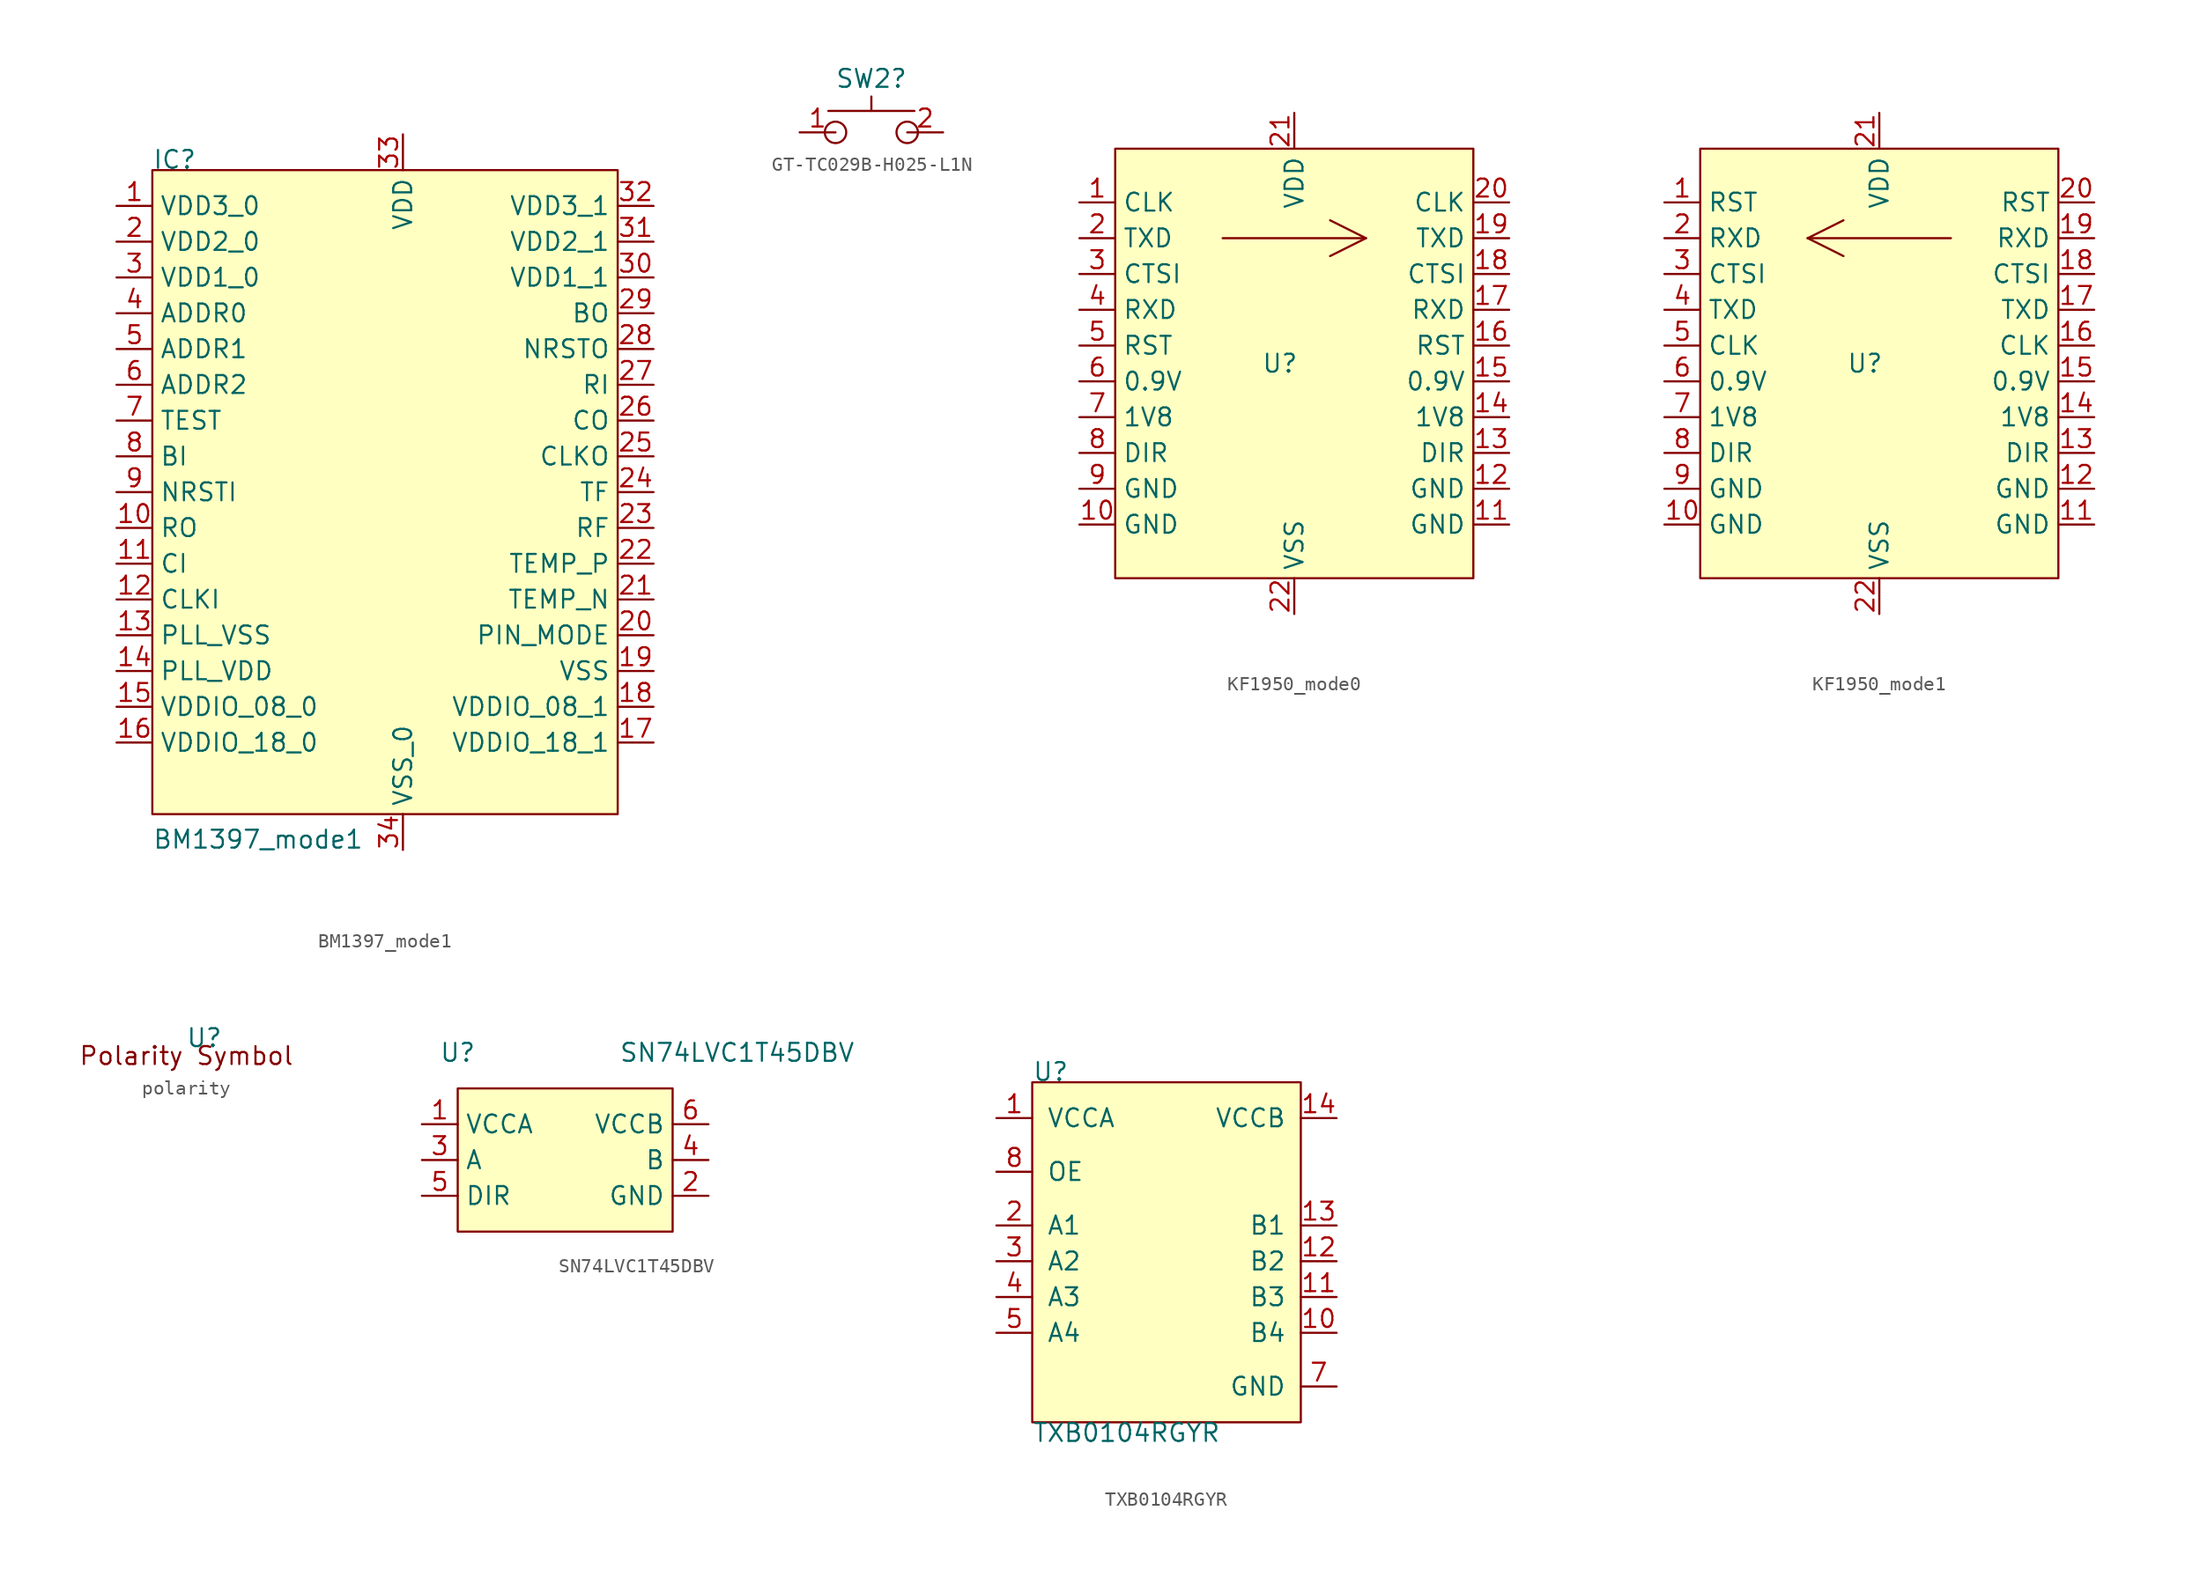
<source format=kicad_sym>
(kicad_symbol_lib
  (version 20241209)
  (generator "kicad_symbol_editor")
  (generator_version "9.0")
  (symbol "BM1397_mode1"
    (property "Reference" "IC"
      (at -17.78 17.78 0)
      (effects (font (size 1.27 1.27)) (justify left bottom)))
    (property "Value" "BM1397_mode1"
      (at -17.78 -30.48 0)
      (effects (font (size 1.27 1.27)) (justify left bottom)))
    (property "ki_locked" ""
      (at 0 0 0)
      (effects (font (size 1.27 1.27))))
    (symbol "BM1397_mode1_1_0"
      (pin bidirectional line (at -20.32 15.24 0) (length 2.54) (name "VDD3_0" (effects (font (size 1.27 1.27)))) (number "1" (effects (font (size 1.27 1.27)))))
      (pin bidirectional line (at -20.32 12.7 0) (length 2.54) (name "VDD2_0" (effects (font (size 1.27 1.27)))) (number "2" (effects (font (size 1.27 1.27)))))
      (pin bidirectional line (at -20.32 10.16 0) (length 2.54) (name "VDD1_0" (effects (font (size 1.27 1.27)))) (number "3" (effects (font (size 1.27 1.27)))))
      (pin bidirectional line (at -20.32 7.62 0) (length 2.54) (name "ADDR0" (effects (font (size 1.27 1.27)))) (number "4" (effects (font (size 1.27 1.27)))))
      (pin bidirectional line (at -20.32 5.08 0) (length 2.54) (name "ADDR1" (effects (font (size 1.27 1.27)))) (number "5" (effects (font (size 1.27 1.27)))))
      (pin bidirectional line (at -20.32 2.54 0) (length 2.54) (name "ADDR2" (effects (font (size 1.27 1.27)))) (number "6" (effects (font (size 1.27 1.27)))))
      (pin bidirectional line (at -20.32 0 0) (length 2.54) (name "TEST" (effects (font (size 1.27 1.27)))) (number "7" (effects (font (size 1.27 1.27)))))
      (pin bidirectional line (at -20.32 -2.54 0) (length 2.54) (name "BI" (effects (font (size 1.27 1.27)))) (number "8" (effects (font (size 1.27 1.27)))))
      (pin bidirectional line (at -20.32 -5.08 0) (length 2.54) (name "NRSTI" (effects (font (size 1.27 1.27)))) (number "9" (effects (font (size 1.27 1.27)))))
      (pin bidirectional line (at -20.32 -7.62 0) (length 2.54) (name "RO" (effects (font (size 1.27 1.27)))) (number "10" (effects (font (size 1.27 1.27)))))
      (pin bidirectional line (at -20.32 -10.16 0) (length 2.54) (name "CI" (effects (font (size 1.27 1.27)))) (number "11" (effects (font (size 1.27 1.27)))))
      (pin bidirectional line (at -20.32 -12.7 0) (length 2.54) (name "CLKI" (effects (font (size 1.27 1.27)))) (number "12" (effects (font (size 1.27 1.27)))))
      (pin bidirectional line (at -20.32 -15.24 0) (length 2.54) (name "PLL_VSS" (effects (font (size 1.27 1.27)))) (number "13" (effects (font (size 1.27 1.27)))))
      (pin bidirectional line (at -20.32 -17.78 0) (length 2.54) (name "PLL_VDD" (effects (font (size 1.27 1.27)))) (number "14" (effects (font (size 1.27 1.27)))))
      (pin bidirectional line (at -20.32 -20.32 0) (length 2.54) (name "VDDIO_08_0" (effects (font (size 1.27 1.27)))) (number "15" (effects (font (size 1.27 1.27)))))
      (pin bidirectional line (at -20.32 -22.86 0) (length 2.54) (name "VDDIO_18_0" (effects (font (size 1.27 1.27)))) (number "16" (effects (font (size 1.27 1.27)))))
      (pin bidirectional line (at 0 20.32 270) (length 2.54) (name "VDD" (effects (font (size 1.27 1.27)))) (number "33" (effects (font (size 1.27 1.27)))))
      (pin bidirectional line (at 0 -30.48 90) (length 2.54) (name "VSS_0" (effects (font (size 1.27 1.27)))) (number "34" (effects (font (size 1.27 1.27)))))
      (pin bidirectional line (at 17.78 15.24 180) (length 2.54) (name "VDD3_1" (effects (font (size 1.27 1.27)))) (number "32" (effects (font (size 1.27 1.27)))))
      (pin bidirectional line (at 17.78 12.7 180) (length 2.54) (name "VDD2_1" (effects (font (size 1.27 1.27)))) (number "31" (effects (font (size 1.27 1.27)))))
      (pin bidirectional line (at 17.78 10.16 180) (length 2.54) (name "VDD1_1" (effects (font (size 1.27 1.27)))) (number "30" (effects (font (size 1.27 1.27)))))
      (pin bidirectional line (at 17.78 7.62 180) (length 2.54) (name "BO" (effects (font (size 1.27 1.27)))) (number "29" (effects (font (size 1.27 1.27)))))
      (pin bidirectional line (at 17.78 5.08 180) (length 2.54) (name "NRSTO" (effects (font (size 1.27 1.27)))) (number "28" (effects (font (size 1.27 1.27)))))
      (pin bidirectional line (at 17.78 2.54 180) (length 2.54) (name "RI" (effects (font (size 1.27 1.27)))) (number "27" (effects (font (size 1.27 1.27)))))
      (pin bidirectional line (at 17.78 0 180) (length 2.54) (name "CO" (effects (font (size 1.27 1.27)))) (number "26" (effects (font (size 1.27 1.27)))))
      (pin bidirectional line (at 17.78 -2.54 180) (length 2.54) (name "CLKO" (effects (font (size 1.27 1.27)))) (number "25" (effects (font (size 1.27 1.27)))))
      (pin bidirectional line (at 17.78 -5.08 180) (length 2.54) (name "TF" (effects (font (size 1.27 1.27)))) (number "24" (effects (font (size 1.27 1.27)))))
      (pin bidirectional line (at 17.78 -7.62 180) (length 2.54) (name "RF" (effects (font (size 1.27 1.27)))) (number "23" (effects (font (size 1.27 1.27)))))
      (pin bidirectional line (at 17.78 -10.16 180) (length 2.54) (name "TEMP_P" (effects (font (size 1.27 1.27)))) (number "22" (effects (font (size 1.27 1.27)))))
      (pin bidirectional line (at 17.78 -12.7 180) (length 2.54) (name "TEMP_N" (effects (font (size 1.27 1.27)))) (number "21" (effects (font (size 1.27 1.27)))))
      (pin bidirectional line (at 17.78 -15.24 180) (length 2.54) (name "PIN_MODE" (effects (font (size 1.27 1.27)))) (number "20" (effects (font (size 1.27 1.27)))))
      (pin bidirectional line (at 17.78 -17.78 180) (length 2.54) (name "VSS" (effects (font (size 1.27 1.27)))) (number "19" (effects (font (size 1.27 1.27)))))
      (pin bidirectional line (at 17.78 -20.32 180) (length 2.54) (name "VDDIO_08_1" (effects (font (size 1.27 1.27)))) (number "18" (effects (font (size 1.27 1.27)))))
      (pin bidirectional line (at 17.78 -22.86 180) (length 2.54) (name "VDDIO_18_1" (effects (font (size 1.27 1.27)))) (number "17" (effects (font (size 1.27 1.27))))))
    (symbol "BM1397_mode1_1_1"
      (rectangle (start -17.78 17.78) (end 15.24 -27.94) (stroke (width 0.152) (type default)) (fill (type background)))))
  (symbol "GT-TC029B-H025-L1N"
    (property "Reference" "SW2"
      (at 0 3.81 0)
      (effects (font (size 1.27 1.27))))
    (symbol "GT-TC029B-H025-L1N_0_1"
      (polyline (pts (xy -3.05 1.52) (xy 3.05 1.52)) (stroke (width 0) (type default)) (fill (type none)))
      (circle (center -2.54 0) (radius 0.76) (stroke (width 0) (type default)) (fill (type none)))
      (polyline (pts (xy 0 1.52) (xy 0 2.54)) (stroke (width 0) (type default)) (fill (type none)))
      (circle (center 2.54 0) (radius 0.76) (stroke (width 0) (type default)) (fill (type none)))
      (pin unspecified line (at -5.08 0 0) (length 2.54) (name "~" (effects (font (size 1.27 1.27)))) (number "1" (effects (font (size 1.27 1.27)))))
      (pin unspecified line (at 5.08 0 180) (length 2.54) (name "~" (effects (font (size 1.27 1.27)))) (number "2" (effects (font (size 1.27 1.27)))))))
  (symbol "KF1950_mode0"
    (property "Reference" "U"
      (at -1.016 0 0)
      (effects (font (size 1.27 1.27))))
    (property "Value" ""
      (at 0 0 0)
      (effects (font (size 1.27 1.27))))
    (symbol "KF1950_mode0_0_1"
      (polyline (pts (xy -5.08 8.89) (xy 5.08 8.89)) (stroke (width 0) (type default)) (fill (type none)))
      (polyline (pts (xy 2.54 10.16) (xy 5.08 8.89)) (stroke (width 0) (type default)) (fill (type none)))
      (polyline (pts (xy 2.54 7.62) (xy 5.08 8.89)) (stroke (width 0) (type default)) (fill (type none))))
    (symbol "KF1950_mode0_1_0"
      (pin input line (at -15.24 11.43 0) (length 2.54) (name "CLK" (effects (font (size 1.27 1.27)))) (number "1" (effects (font (size 1.27 1.27)))))
      (pin output line (at -15.24 8.89 0) (length 2.54) (name "TXD" (effects (font (size 1.27 1.27)))) (number "2" (effects (font (size 1.27 1.27)))))
      (pin input line (at -15.24 6.35 0) (length 2.54) (name "CTSI" (effects (font (size 1.27 1.27)))) (number "3" (effects (font (size 1.27 1.27)))))
      (pin input line (at -15.24 3.81 0) (length 2.54) (name "RXD" (effects (font (size 1.27 1.27)))) (number "4" (effects (font (size 1.27 1.27)))))
      (pin input line (at -15.24 1.27 0) (length 2.54) (name "RST" (effects (font (size 1.27 1.27)))) (number "5" (effects (font (size 1.27 1.27)))))
      (pin bidirectional line (at -15.24 -1.27 0) (length 2.54) (name "0.9V" (effects (font (size 1.27 1.27)))) (number "6" (effects (font (size 1.27 1.27)))))
      (pin bidirectional line (at -15.24 -3.81 0) (length 2.54) (name "1V8" (effects (font (size 1.27 1.27)))) (number "7" (effects (font (size 1.27 1.27)))))
      (pin bidirectional line (at -15.24 -6.35 0) (length 2.54) (name "DIR" (effects (font (size 1.27 1.27)))) (number "8" (effects (font (size 1.27 1.27)))))
      (pin bidirectional line (at -15.24 -8.89 0) (length 2.54) (name "GND" (effects (font (size 1.27 1.27)))) (number "9" (effects (font (size 1.27 1.27)))))
      (pin bidirectional line (at -15.24 -11.43 0) (length 2.54) (name "GND" (effects (font (size 1.27 1.27)))) (number "10" (effects (font (size 1.27 1.27)))))
      (pin bidirectional line (at 0 17.78 270) (length 2.54) (name "VDD" (effects (font (size 1.27 1.27)))) (number "21" (effects (font (size 1.27 1.27)))))
      (pin bidirectional line (at 0 -17.78 90) (length 2.54) (name "VSS" (effects (font (size 1.27 1.27)))) (number "22" (effects (font (size 1.27 1.27)))))
      (pin output line (at 15.24 11.43 180) (length 2.54) (name "CLK" (effects (font (size 1.27 1.27)))) (number "20" (effects (font (size 1.27 1.27)))))
      (pin input line (at 15.24 8.89 180) (length 2.54) (name "TXD" (effects (font (size 1.27 1.27)))) (number "19" (effects (font (size 1.27 1.27)))))
      (pin output line (at 15.24 6.35 180) (length 2.54) (name "CTSI" (effects (font (size 1.27 1.27)))) (number "18" (effects (font (size 1.27 1.27)))))
      (pin output line (at 15.24 3.81 180) (length 2.54) (name "RXD" (effects (font (size 1.27 1.27)))) (number "17" (effects (font (size 1.27 1.27)))))
      (pin output line (at 15.24 1.27 180) (length 2.54) (name "RST" (effects (font (size 1.27 1.27)))) (number "16" (effects (font (size 1.27 1.27)))))
      (pin bidirectional line (at 15.24 -1.27 180) (length 2.54) (name "0.9V" (effects (font (size 1.27 1.27)))) (number "15" (effects (font (size 1.27 1.27)))))
      (pin bidirectional line (at 15.24 -3.81 180) (length 2.54) (name "1V8" (effects (font (size 1.27 1.27)))) (number "14" (effects (font (size 1.27 1.27)))))
      (pin bidirectional line (at 15.24 -6.35 180) (length 2.54) (name "DIR" (effects (font (size 1.27 1.27)))) (number "13" (effects (font (size 1.27 1.27)))))
      (pin bidirectional line (at 15.24 -8.89 180) (length 2.54) (name "GND" (effects (font (size 1.27 1.27)))) (number "12" (effects (font (size 1.27 1.27)))))
      (pin bidirectional line (at 15.24 -11.43 180) (length 2.54) (name "GND" (effects (font (size 1.27 1.27)))) (number "11" (effects (font (size 1.27 1.27))))))
    (symbol "KF1950_mode0_1_1"
      (rectangle (start -12.7 15.24) (end 12.7 -15.24) (stroke (width 0.152) (type default)) (fill (type background)))))
  (symbol "KF1950_mode1"
    (property "Reference" "U"
      (at -1.016 0 0)
      (effects (font (size 1.27 1.27))))
    (property "Value" ""
      (at 0 0 0)
      (effects (font (size 1.27 1.27))))
    (symbol "KF1950_mode1_0_1"
      (polyline (pts (xy -2.54 10.16) (xy -5.08 8.89)) (stroke (width 0) (type default)) (fill (type none)))
      (polyline (pts (xy -2.54 7.62) (xy -5.08 8.89)) (stroke (width 0) (type default)) (fill (type none)))
      (polyline (pts (xy 5.08 8.89) (xy -5.08 8.89)) (stroke (width 0) (type default)) (fill (type none))))
    (symbol "KF1950_mode1_1_0"
      (pin output line (at -15.24 11.43 0) (length 2.54) (name "RST" (effects (font (size 1.27 1.27)))) (number "1" (effects (font (size 1.27 1.27)))))
      (pin input line (at -15.24 8.89 0) (length 2.54) (name "RXD" (effects (font (size 1.27 1.27)))) (number "2" (effects (font (size 1.27 1.27)))))
      (pin output line (at -15.24 6.35 0) (length 2.54) (name "CTSI" (effects (font (size 1.27 1.27)))) (number "3" (effects (font (size 1.27 1.27)))))
      (pin input line (at -15.24 3.81 0) (length 2.54) (name "TXD" (effects (font (size 1.27 1.27)))) (number "4" (effects (font (size 1.27 1.27)))))
      (pin output line (at -15.24 1.27 0) (length 2.54) (name "CLK" (effects (font (size 1.27 1.27)))) (number "5" (effects (font (size 1.27 1.27)))))
      (pin bidirectional line (at -15.24 -1.27 0) (length 2.54) (name "0.9V" (effects (font (size 1.27 1.27)))) (number "6" (effects (font (size 1.27 1.27)))))
      (pin bidirectional line (at -15.24 -3.81 0) (length 2.54) (name "1V8" (effects (font (size 1.27 1.27)))) (number "7" (effects (font (size 1.27 1.27)))))
      (pin bidirectional line (at -15.24 -6.35 0) (length 2.54) (name "DIR" (effects (font (size 1.27 1.27)))) (number "8" (effects (font (size 1.27 1.27)))))
      (pin bidirectional line (at -15.24 -8.89 0) (length 2.54) (name "GND" (effects (font (size 1.27 1.27)))) (number "9" (effects (font (size 1.27 1.27)))))
      (pin bidirectional line (at -15.24 -11.43 0) (length 2.54) (name "GND" (effects (font (size 1.27 1.27)))) (number "10" (effects (font (size 1.27 1.27)))))
      (pin bidirectional line (at 0 17.78 270) (length 2.54) (name "VDD" (effects (font (size 1.27 1.27)))) (number "21" (effects (font (size 1.27 1.27)))))
      (pin bidirectional line (at 0 -17.78 90) (length 2.54) (name "VSS" (effects (font (size 1.27 1.27)))) (number "22" (effects (font (size 1.27 1.27)))))
      (pin input line (at 15.24 11.43 180) (length 2.54) (name "RST" (effects (font (size 1.27 1.27)))) (number "20" (effects (font (size 1.27 1.27)))))
      (pin output line (at 15.24 8.89 180) (length 2.54) (name "RXD" (effects (font (size 1.27 1.27)))) (number "19" (effects (font (size 1.27 1.27)))))
      (pin input line (at 15.24 6.35 180) (length 2.54) (name "CTSI" (effects (font (size 1.27 1.27)))) (number "18" (effects (font (size 1.27 1.27)))))
      (pin output line (at 15.24 3.81 180) (length 2.54) (name "TXD" (effects (font (size 1.27 1.27)))) (number "17" (effects (font (size 1.27 1.27)))))
      (pin input line (at 15.24 1.27 180) (length 2.54) (name "CLK" (effects (font (size 1.27 1.27)))) (number "16" (effects (font (size 1.27 1.27)))))
      (pin bidirectional line (at 15.24 -1.27 180) (length 2.54) (name "0.9V" (effects (font (size 1.27 1.27)))) (number "15" (effects (font (size 1.27 1.27)))))
      (pin bidirectional line (at 15.24 -3.81 180) (length 2.54) (name "1V8" (effects (font (size 1.27 1.27)))) (number "14" (effects (font (size 1.27 1.27)))))
      (pin bidirectional line (at 15.24 -6.35 180) (length 2.54) (name "DIR" (effects (font (size 1.27 1.27)))) (number "13" (effects (font (size 1.27 1.27)))))
      (pin bidirectional line (at 15.24 -8.89 180) (length 2.54) (name "GND" (effects (font (size 1.27 1.27)))) (number "12" (effects (font (size 1.27 1.27)))))
      (pin bidirectional line (at 15.24 -11.43 180) (length 2.54) (name "GND" (effects (font (size 1.27 1.27)))) (number "11" (effects (font (size 1.27 1.27))))))
    (symbol "KF1950_mode1_1_1"
      (rectangle (start -12.7 15.24) (end 12.7 -15.24) (stroke (width 0.152) (type default)) (fill (type background)))))
  (symbol "polarity"
    (property "Reference" "U"
      (at 0 0 0)
      (effects (font (size 1.27 1.27))))
    (property "Value" ""
      (at 0 0 0)
      (effects (font (size 1.27 1.27))))
    (symbol "polarity_1_1"
      (text "Polarity Symbol" (at -1.27 -1.27 0) (effects (font (size 1.27 1.27))))))
  (symbol "SN74LVC1T45DBV"
    (property "Reference" "U"
      (at -7.62 7.62 0)
      (effects (font (size 1.27 1.27))))
    (property "Value" "SN74LVC1T45DBV"
      (at 3.81 7.62 0)
      (effects (font (size 1.27 1.27)) (justify left)))
    (symbol "SN74LVC1T45DBV_0_1"
      (rectangle (start -7.62 5.08) (end 7.62 -5.08) (stroke (width 0.152) (type default)) (fill (type background))))
    (symbol "SN74LVC1T45DBV_1_1"
      (pin power_in line (at -10.16 2.54 0) (length 2.54) (name "VCCA" (effects (font (size 1.27 1.27)))) (number "1" (effects (font (size 1.27 1.27)))))
      (pin bidirectional line (at -10.16 0 0) (length 2.54) (name "A" (effects (font (size 1.27 1.27)))) (number "3" (effects (font (size 1.27 1.27)))))
      (pin input line (at -10.16 -2.54 0) (length 2.54) (name "DIR" (effects (font (size 1.27 1.27)))) (number "5" (effects (font (size 1.27 1.27)))))
      (pin power_in line (at 10.16 2.54 180) (length 2.54) (name "VCCB" (effects (font (size 1.27 1.27)))) (number "6" (effects (font (size 1.27 1.27)))))
      (pin bidirectional line (at 10.16 0 180) (length 2.54) (name "B" (effects (font (size 1.27 1.27)))) (number "4" (effects (font (size 1.27 1.27)))))
      (pin power_in line (at 10.16 -2.54 180) (length 2.54) (name "GND" (effects (font (size 1.27 1.27)))) (number "2" (effects (font (size 1.27 1.27)))))))
  (symbol "TXB0104RGYR"
    (pin_names
      (offset 1.016))
    (property "Reference" "U"
      (at -8.89 12.7 0)
      (effects (font (size 1.27 1.27)) (justify left bottom)))
    (property "Value" "TXB0104RGYR"
      (at -8.89 -11.43 0)
      (effects (font (size 1.27 1.27)) (justify left top)))
    (symbol "TXB0104RGYR_0_0"
      (rectangle (start -8.89 12.7) (end 10.16 -11.43) (stroke (width 0.152) (type default)) (fill (type background)))
      (pin power_in line (at -11.43 10.16 0) (length 2.54) (name "VCCA" (effects (font (size 1.27 1.27)))) (number "1" (effects (font (size 1.27 1.27)))))
      (pin input line (at -11.43 6.35 0) (length 2.54) (name "OE" (effects (font (size 1.27 1.27)))) (number "8" (effects (font (size 1.27 1.27)))))
      (pin bidirectional line (at -11.43 2.54 0) (length 2.54) (name "A1" (effects (font (size 1.27 1.27)))) (number "2" (effects (font (size 1.27 1.27)))))
      (pin bidirectional line (at -11.43 0 0) (length 2.54) (name "A2" (effects (font (size 1.27 1.27)))) (number "3" (effects (font (size 1.27 1.27)))))
      (pin bidirectional line (at -11.43 -2.54 0) (length 2.54) (name "A3" (effects (font (size 1.27 1.27)))) (number "4" (effects (font (size 1.27 1.27)))))
      (pin bidirectional line (at -11.43 -5.08 0) (length 2.54) (name "A4" (effects (font (size 1.27 1.27)))) (number "5" (effects (font (size 1.27 1.27)))))
      (pin power_in line (at 12.7 10.16 180) (length 2.54) (name "VCCB" (effects (font (size 1.27 1.27)))) (number "14" (effects (font (size 1.27 1.27)))))
      (pin bidirectional line (at 12.7 2.54 180) (length 2.54) (name "B1" (effects (font (size 1.27 1.27)))) (number "13" (effects (font (size 1.27 1.27)))))
      (pin bidirectional line (at 12.7 0 180) (length 2.54) (name "B2" (effects (font (size 1.27 1.27)))) (number "12" (effects (font (size 1.27 1.27)))))
      (pin bidirectional line (at 12.7 -2.54 180) (length 2.54) (name "B3" (effects (font (size 1.27 1.27)))) (number "11" (effects (font (size 1.27 1.27)))))
      (pin bidirectional line (at 12.7 -5.08 180) (length 2.54) (name "B4" (effects (font (size 1.27 1.27)))) (number "10" (effects (font (size 1.27 1.27)))))
      (pin passive line (at 12.7 -8.89 180) (length 2.54) (hide yes) (name "GND" (effects (font (size 1.27 1.27)))) (number "15" (effects (font (size 1.27 1.27)))))
      (pin passive line (at 12.7 -8.89 180) (length 2.54) (hide yes) (name "GND" (effects (font (size 1.27 1.27)))) (number "16" (effects (font (size 1.27 1.27)))))
      (pin passive line (at 12.7 -8.89 180) (length 2.54) (hide yes) (name "GND" (effects (font (size 1.27 1.27)))) (number "17" (effects (font (size 1.27 1.27)))))
      (pin passive line (at 12.7 -8.89 180) (length 2.54) (hide yes) (name "GND" (effects (font (size 1.27 1.27)))) (number "18" (effects (font (size 1.27 1.27)))))
      (pin passive line (at 12.7 -8.89 180) (length 2.54) (hide yes) (name "GND" (effects (font (size 1.27 1.27)))) (number "19" (effects (font (size 1.27 1.27)))))
      (pin power_in line (at 12.7 -8.89 180) (length 2.54) (name "GND" (effects (font (size 1.27 1.27)))) (number "7" (effects (font (size 1.27 1.27))))))
    (symbol "TXB0104RGYR_1_1"
      (pin no_connect line (at -11.43 -8.89 0) (length 2.54) (hide yes) (name "NC" (effects (font (size 1.27 1.27)))) (number "6" (effects (font (size 1.27 1.27)))))
      (pin no_connect line (at -11.43 -8.89 0) (length 2.54) (hide yes) (name "NC" (effects (font (size 1.27 1.27)))) (number "9" (effects (font (size 1.27 1.27))))))))
</source>
